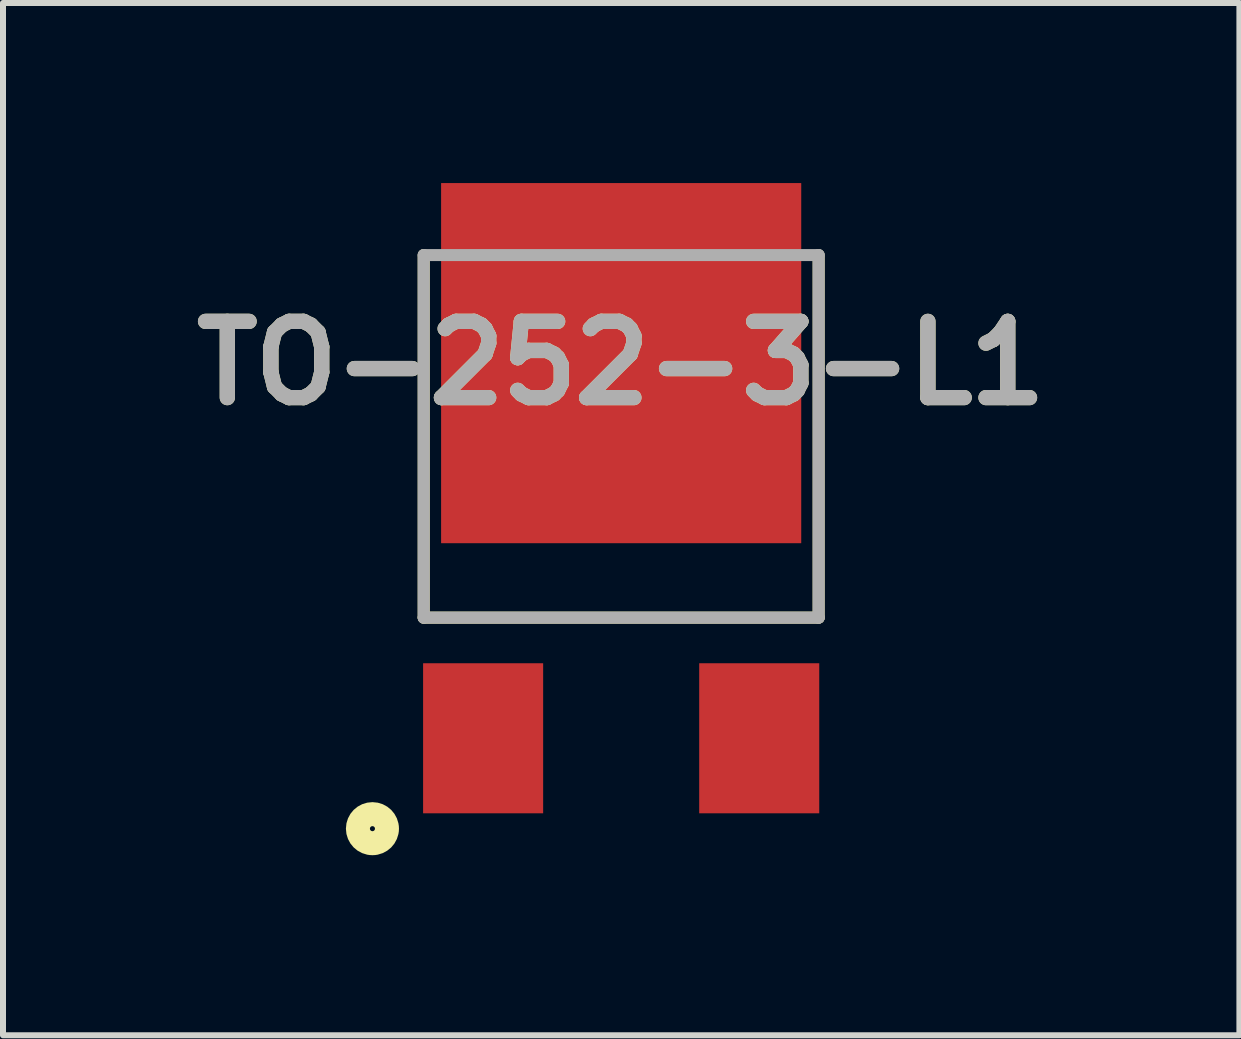
<source format=kicad_pcb>
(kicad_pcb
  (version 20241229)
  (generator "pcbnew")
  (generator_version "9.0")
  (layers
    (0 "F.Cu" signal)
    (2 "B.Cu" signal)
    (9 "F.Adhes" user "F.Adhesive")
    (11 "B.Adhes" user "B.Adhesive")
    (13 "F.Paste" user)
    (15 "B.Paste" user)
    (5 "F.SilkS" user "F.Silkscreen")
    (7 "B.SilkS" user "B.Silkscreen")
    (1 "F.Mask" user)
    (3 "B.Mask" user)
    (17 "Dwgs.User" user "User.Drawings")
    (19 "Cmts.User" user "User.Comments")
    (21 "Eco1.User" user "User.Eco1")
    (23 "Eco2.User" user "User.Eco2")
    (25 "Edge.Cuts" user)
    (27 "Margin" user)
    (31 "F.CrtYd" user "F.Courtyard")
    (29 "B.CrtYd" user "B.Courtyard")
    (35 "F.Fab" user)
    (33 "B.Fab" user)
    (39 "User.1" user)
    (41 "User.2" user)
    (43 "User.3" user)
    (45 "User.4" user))
  (footprint "TO-252-3-L1"
    (layer "F.Cu")
    (at 7.299 1.2)
    (property "Reference" "TO-252-3-L1" (at 0 1.8 0) (layer "F.SilkS") (effects (font (size 1.27 1.27) (thickness 0.254))))
    (attr smd)
    (fp_line (start -3.29 0) (end -3.29 6.04) (stroke (width 0.2) (type solid)) (layer "F.SilkS"))
    (fp_line (start -3.29 6.04) (end 3.29 6.04) (stroke (width 0.2) (type solid)) (layer "F.SilkS"))
    (fp_line (start 3.29 6.04) (end 3.29 0) (stroke (width 0.2) (type solid)) (layer "F.SilkS"))
    (fp_circle (center -4.144 9.556) (end -4.144 9.798) (stroke (width 0.4) (type solid)) (fill no) (layer "F.SilkS"))
    (fp_line (start -3.29 0) (end 3.29 0) (stroke (width 0.2) (type solid)) (layer "F.Fab"))
    (fp_line (start -3.29 6.04) (end -3.29 0) (stroke (width 0.2) (type solid)) (layer "F.Fab"))
    (fp_line (start 3.29 0) (end 3.29 6.04) (stroke (width 0.2) (type solid)) (layer "F.Fab"))
    (fp_line (start 3.29 6.04) (end -3.29 6.04) (stroke (width 0.2) (type solid)) (layer "F.Fab"))
    (fp_text user "${REFERENCE}" (at 0 1.8 0) (layer "F.Fab") (effects (font (size 1.27 1.27) (thickness 0.254))))
    (pad "1" smd rect (at -2.3 8.05) (size 2 2.5) (layers "F.Cu" "F.Mask" "F.Paste"))
    (pad "2" smd rect (at 2.3 8.05) (size 2 2.5) (layers "F.Cu" "F.Mask" "F.Paste"))
    (pad "3" smd rect (at 0 1.8 90) (size 6 6) (layers "F.Cu" "F.Mask" "F.Paste")))
  (gr_rect
    (start -3 -3)
    (end 17.599 14.198)
    (stroke (width 0.1) (type default))
    (fill no)
    (layer "Edge.Cuts")))
</source>
